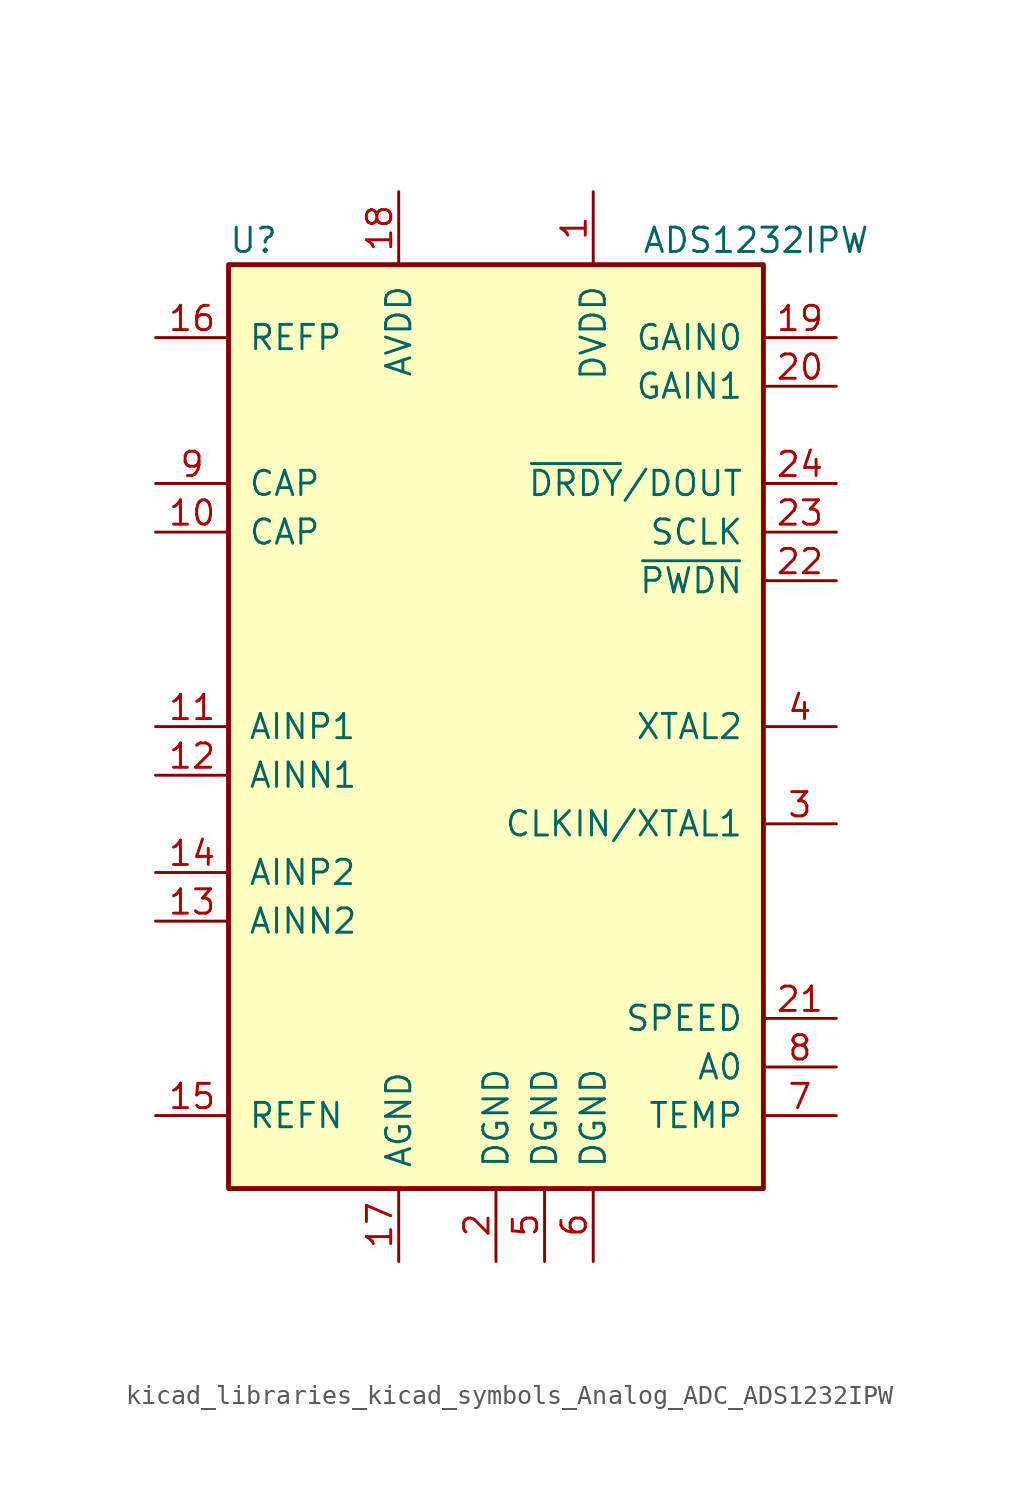
<source format=kicad_sym>
(kicad_symbol_lib
  (version 20220914)
  (generator kicad_symbol_editor)
  (symbol "kicad_libraries_kicad_symbols_Analog_ADC_ADS1232IPW"
    (pin_names
      (offset 1.016))
    (property "Reference" "U"
      (at -13.97 25.4 0)
      (effects (font (size 1.27 1.27)) (justify left)))
    (property "Value" "ADS1232IPW"
      (at 7.62 25.4 0)
      (effects (font (size 1.27 1.27)) (justify left)))
    (symbol "kicad_libraries_kicad_symbols_Analog_ADC_ADS1232IPW_0_1"
      (rectangle (start -13.97 24.13) (end 13.97 -24.13) (stroke (width 0.254) (type default)) (fill (type background))))
    (symbol "kicad_libraries_kicad_symbols_Analog_ADC_ADS1232IPW_1_1"
      (pin power_in line (at 5.08 27.94 270) (length 3.81) (name "DVDD" (effects (font (size 1.27 1.27)))) (number "1" (effects (font (size 1.27 1.27)))))
      (pin passive line (at -17.78 10.16 0) (length 3.81) (name "CAP" (effects (font (size 1.27 1.27)))) (number "10" (effects (font (size 1.27 1.27)))))
      (pin input line (at -17.78 0 0) (length 3.81) (name "AINP1" (effects (font (size 1.27 1.27)))) (number "11" (effects (font (size 1.27 1.27)))))
      (pin input line (at -17.78 -2.54 0) (length 3.81) (name "AINN1" (effects (font (size 1.27 1.27)))) (number "12" (effects (font (size 1.27 1.27)))))
      (pin input line (at -17.78 -10.16 0) (length 3.81) (name "AINN2" (effects (font (size 1.27 1.27)))) (number "13" (effects (font (size 1.27 1.27)))))
      (pin input line (at -17.78 -7.62 0) (length 3.81) (name "AINP2" (effects (font (size 1.27 1.27)))) (number "14" (effects (font (size 1.27 1.27)))))
      (pin input line (at -17.78 -20.32 0) (length 3.81) (name "REFN" (effects (font (size 1.27 1.27)))) (number "15" (effects (font (size 1.27 1.27)))))
      (pin input line (at -17.78 20.32 0) (length 3.81) (name "REFP" (effects (font (size 1.27 1.27)))) (number "16" (effects (font (size 1.27 1.27)))))
      (pin power_in line (at -5.08 -27.94 90) (length 3.81) (name "AGND" (effects (font (size 1.27 1.27)))) (number "17" (effects (font (size 1.27 1.27)))))
      (pin power_in line (at -5.08 27.94 270) (length 3.81) (name "AVDD" (effects (font (size 1.27 1.27)))) (number "18" (effects (font (size 1.27 1.27)))))
      (pin input line (at 17.78 20.32 180) (length 3.81) (name "GAIN0" (effects (font (size 1.27 1.27)))) (number "19" (effects (font (size 1.27 1.27)))))
      (pin power_in line (at 0 -27.94 90) (length 3.81) (name "DGND" (effects (font (size 1.27 1.27)))) (number "2" (effects (font (size 1.27 1.27)))))
      (pin input line (at 17.78 17.78 180) (length 3.81) (name "GAIN1" (effects (font (size 1.27 1.27)))) (number "20" (effects (font (size 1.27 1.27)))))
      (pin input line (at 17.78 -15.24 180) (length 3.81) (name "SPEED" (effects (font (size 1.27 1.27)))) (number "21" (effects (font (size 1.27 1.27)))))
      (pin input line (at 17.78 7.62 180) (length 3.81) (name "~{PWDN}" (effects (font (size 1.27 1.27)))) (number "22" (effects (font (size 1.27 1.27)))))
      (pin input line (at 17.78 10.16 180) (length 3.81) (name "SCLK" (effects (font (size 1.27 1.27)))) (number "23" (effects (font (size 1.27 1.27)))))
      (pin output line (at 17.78 12.7 180) (length 3.81) (name "~{DRDY}/DOUT" (effects (font (size 1.27 1.27)))) (number "24" (effects (font (size 1.27 1.27)))))
      (pin bidirectional line (at 17.78 -5.08 180) (length 3.81) (name "CLKIN/XTAL1" (effects (font (size 1.27 1.27)))) (number "3" (effects (font (size 1.27 1.27)))))
      (pin bidirectional line (at 17.78 0 180) (length 3.81) (name "XTAL2" (effects (font (size 1.27 1.27)))) (number "4" (effects (font (size 1.27 1.27)))))
      (pin power_in line (at 2.54 -27.94 90) (length 3.81) (name "DGND" (effects (font (size 1.27 1.27)))) (number "5" (effects (font (size 1.27 1.27)))))
      (pin power_in line (at 5.08 -27.94 90) (length 3.81) (name "DGND" (effects (font (size 1.27 1.27)))) (number "6" (effects (font (size 1.27 1.27)))))
      (pin input line (at 17.78 -20.32 180) (length 3.81) (name "TEMP" (effects (font (size 1.27 1.27)))) (number "7" (effects (font (size 1.27 1.27)))))
      (pin input line (at 17.78 -17.78 180) (length 3.81) (name "A0" (effects (font (size 1.27 1.27)))) (number "8" (effects (font (size 1.27 1.27)))))
      (pin passive line (at -17.78 12.7 0) (length 3.81) (name "CAP" (effects (font (size 1.27 1.27)))) (number "9" (effects (font (size 1.27 1.27))))))))
</source>
